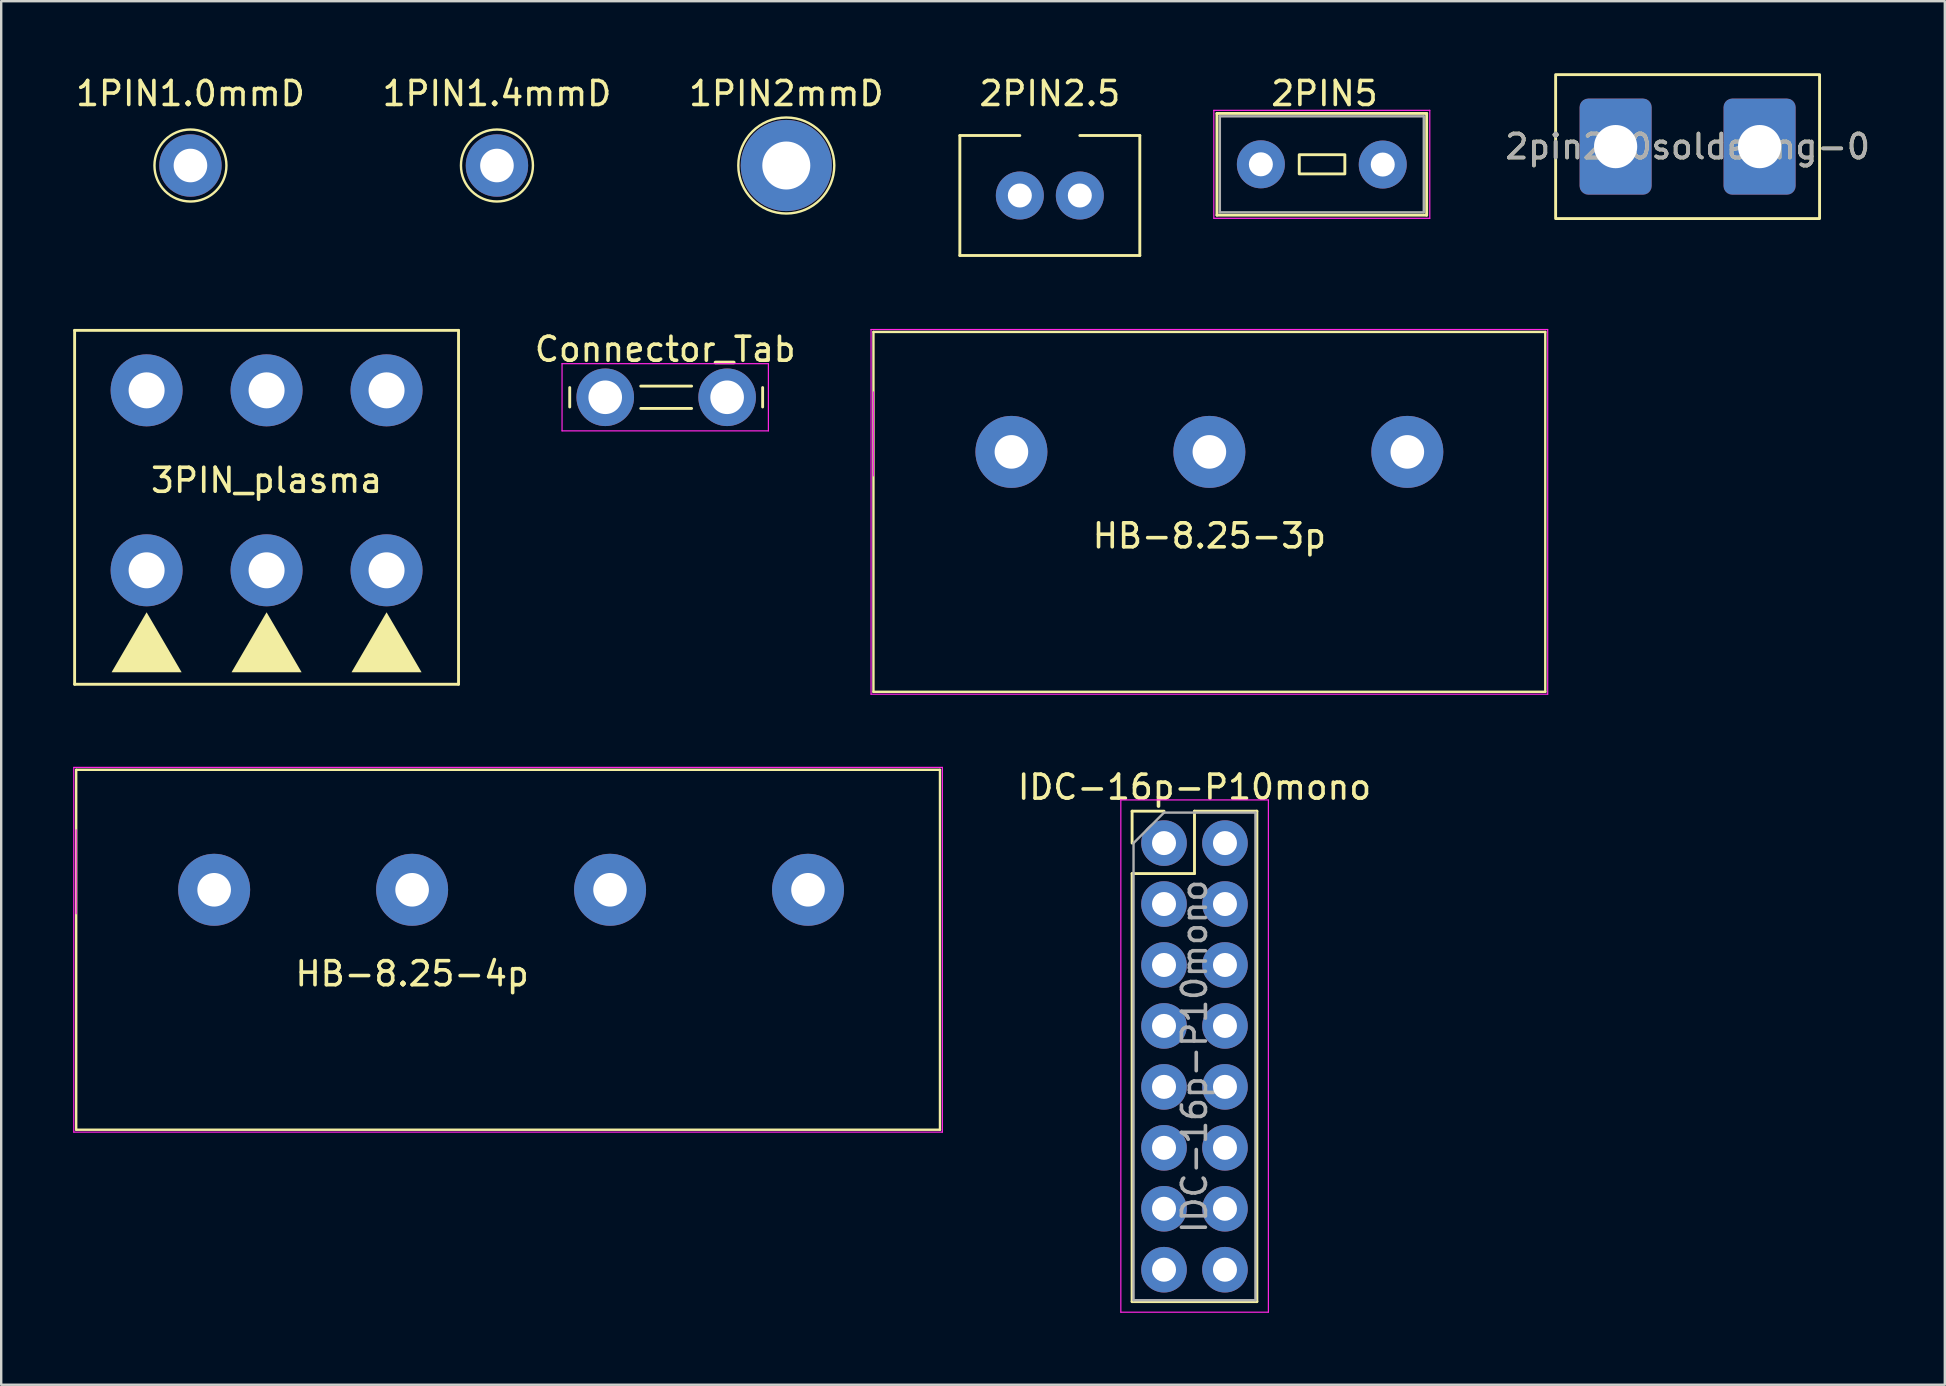
<source format=kicad_pcb>
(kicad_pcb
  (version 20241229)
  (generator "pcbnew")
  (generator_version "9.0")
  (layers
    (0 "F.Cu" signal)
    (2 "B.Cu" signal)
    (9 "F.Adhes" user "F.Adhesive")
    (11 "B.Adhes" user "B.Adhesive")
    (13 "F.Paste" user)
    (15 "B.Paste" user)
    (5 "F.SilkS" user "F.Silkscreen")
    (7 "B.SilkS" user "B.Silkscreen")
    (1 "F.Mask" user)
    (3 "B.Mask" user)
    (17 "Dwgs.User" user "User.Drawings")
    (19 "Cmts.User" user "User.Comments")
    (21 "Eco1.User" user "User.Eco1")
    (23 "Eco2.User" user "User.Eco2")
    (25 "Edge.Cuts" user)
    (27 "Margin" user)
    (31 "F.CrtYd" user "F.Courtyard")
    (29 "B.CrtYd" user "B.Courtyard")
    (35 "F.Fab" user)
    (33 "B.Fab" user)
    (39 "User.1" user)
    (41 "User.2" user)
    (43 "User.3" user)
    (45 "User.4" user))
  (footprint "1PIN2mmD"
    (layer "F.Cu")
    (at 29.72 3.848)
    (property "Reference" "1PIN2mmD" (at 0 -3 0) (layer "F.SilkS") (effects (font (size 1 1) (thickness 0.15))))
    (fp_circle (center 0 0) (end 2 0) (stroke (width 0.1) (type solid)) (fill no) (layer "F.SilkS"))
    (pad "1" thru_hole circle (at 0 0) (size 3.8 3.8) (drill 2) (layers "*.Cu" "*.Mask")))
  (footprint "1PIN1.0mmD"
    (layer "F.Cu")
    (at 4.887 3.848)
    (property "Reference" "1PIN1.0mmD" (at 0 -3 0) (layer "F.SilkS") (effects (font (size 1 1) (thickness 0.15))))
    (fp_circle (center 0 0) (end 1.5 0) (stroke (width 0.1) (type solid)) (fill no) (layer "F.SilkS"))
    (pad "1" thru_hole circle (at 0 0) (size 2.6 2.6) (drill 1.4) (layers "*.Cu" "*.Mask")))
  (footprint "IDC-16p-P10mono"
    (layer "F.Cu")
    (at 45.462 32.087)
    (property "Reference" "IDC-16p-P10mono" (at 1.27 -2.33 0) (layer "F.SilkS") (effects (font (size 1 1) (thickness 0.15))))
    (attr through_hole)
    (fp_line (start -1.33 -1.33) (end 0 -1.33) (stroke (width 0.12) (type solid)) (layer "F.SilkS"))
    (fp_line (start -1.33 0) (end -1.33 -1.33) (stroke (width 0.12) (type solid)) (layer "F.SilkS"))
    (fp_line (start -1.33 1.27) (end -1.33 19.11) (stroke (width 0.12) (type solid)) (layer "F.SilkS"))
    (fp_line (start -1.33 1.27) (end 1.27 1.27) (stroke (width 0.12) (type solid)) (layer "F.SilkS"))
    (fp_line (start -1.33 19.11) (end 3.87 19.11) (stroke (width 0.12) (type solid)) (layer "F.SilkS"))
    (fp_line (start 1.27 -1.33) (end 3.87 -1.33) (stroke (width 0.12) (type solid)) (layer "F.SilkS"))
    (fp_line (start 1.27 1.27) (end 1.27 -1.33) (stroke (width 0.12) (type solid)) (layer "F.SilkS"))
    (fp_line (start 3.87 -1.33) (end 3.87 19.11) (stroke (width 0.12) (type solid)) (layer "F.SilkS"))
    (fp_line (start -1.8 -1.8) (end -1.8 19.55) (stroke (width 0.05) (type solid)) (layer "F.CrtYd"))
    (fp_line (start -1.8 19.55) (end 4.35 19.55) (stroke (width 0.05) (type solid)) (layer "F.CrtYd"))
    (fp_line (start 4.35 -1.8) (end -1.8 -1.8) (stroke (width 0.05) (type solid)) (layer "F.CrtYd"))
    (fp_line (start 4.35 19.55) (end 4.35 -1.8) (stroke (width 0.05) (type solid)) (layer "F.CrtYd"))
    (fp_line (start -1.27 0) (end 0 -1.27) (stroke (width 0.1) (type solid)) (layer "F.Fab"))
    (fp_line (start -1.27 19.05) (end -1.27 0) (stroke (width 0.1) (type solid)) (layer "F.Fab"))
    (fp_line (start 0 -1.27) (end 3.81 -1.27) (stroke (width 0.1) (type solid)) (layer "F.Fab"))
    (fp_line (start 3.81 -1.27) (end 3.81 19.05) (stroke (width 0.1) (type solid)) (layer "F.Fab"))
    (fp_line (start 3.81 19.05) (end -1.27 19.05) (stroke (width 0.1) (type solid)) (layer "F.Fab"))
    (fp_text user "${REFERENCE}" (at 1.27 8.89 90) (layer "F.Fab") (effects (font (size 1 1) (thickness 0.15))))
    (pad "1" thru_hole circle (at 0 0) (size 1.9 1.9) (drill 1) (layers "*.Cu" "*.Mask"))
    (pad "2" thru_hole circle (at 2.54 0) (size 1.9 1.9) (drill 1) (layers "*.Cu" "*.Mask"))
    (pad "3" thru_hole circle (at 0 2.54) (size 1.9 1.9) (drill 1) (layers "*.Cu" "*.Mask"))
    (pad "4" thru_hole circle (at 2.54 2.54) (size 1.9 1.9) (drill 1) (layers "*.Cu" "*.Mask"))
    (pad "5" thru_hole circle (at 0 5.08) (size 1.9 1.9) (drill 1) (layers "*.Cu" "*.Mask"))
    (pad "6" thru_hole circle (at 2.54 5.08) (size 1.9 1.9) (drill 1) (layers "*.Cu" "*.Mask"))
    (pad "7" thru_hole circle (at 0 7.62) (size 1.9 1.9) (drill 1) (layers "*.Cu" "*.Mask"))
    (pad "8" thru_hole circle (at 2.54 7.62) (size 1.9 1.9) (drill 1) (layers "*.Cu" "*.Mask"))
    (pad "9" thru_hole circle (at 0 10.16) (size 1.9 1.9) (drill 1) (layers "*.Cu" "*.Mask"))
    (pad "10" thru_hole circle (at 2.54 10.16) (size 1.9 1.9) (drill 1) (layers "*.Cu" "*.Mask"))
    (pad "11" thru_hole circle (at 0 12.7) (size 1.9 1.9) (drill 1) (layers "*.Cu" "*.Mask"))
    (pad "12" thru_hole circle (at 2.54 12.7) (size 1.9 1.9) (drill 1) (layers "*.Cu" "*.Mask"))
    (pad "13" thru_hole circle (at 0 15.24) (size 1.9 1.9) (drill 1) (layers "*.Cu" "*.Mask"))
    (pad "14" thru_hole circle (at 2.54 15.24) (size 1.9 1.9) (drill 1) (layers "*.Cu" "*.Mask"))
    (pad "15" thru_hole circle (at 0 17.78) (size 1.9 1.9) (drill 1) (layers "*.Cu" "*.Mask"))
    (pad "16" thru_hole circle (at 2.54 17.78) (size 1.9 1.9) (drill 1) (layers "*.Cu" "*.Mask")))
  (footprint "Connector_Tab"
    (layer "F.Cu")
    (at 22.174 13.507)
    (property "Reference" "Connector_Tab" (at 2.5 -2 0) (layer "F.SilkS") (effects (font (size 1 1) (thickness 0.15))))
    (attr through_hole)
    (fp_line (start -1.48 -0.405) (end -1.48 0.405) (stroke (width 0.12) (type solid)) (layer "F.SilkS"))
    (fp_line (start 1.48 0.465) (end 3.6 0.465) (stroke (width 0.12) (type solid)) (layer "F.SilkS"))
    (fp_line (start 3.6 -0.465) (end 1.48 -0.465) (stroke (width 0.12) (type solid)) (layer "F.SilkS"))
    (fp_line (start 6.56 -0.405) (end 6.56 0.405) (stroke (width 0.12) (type solid)) (layer "F.SilkS"))
    (fp_line (start -1.8 -1.4) (end -1.8 1.4) (stroke (width 0.05) (type solid)) (layer "F.CrtYd"))
    (fp_line (start -1.8 -1.4) (end 6.8 -1.4) (stroke (width 0.05) (type solid)) (layer "F.CrtYd"))
    (fp_line (start -1.8 1.4) (end 6.8 1.4) (stroke (width 0.05) (type solid)) (layer "F.CrtYd"))
    (fp_line (start 6.8 -1.4) (end 6.8 1.4) (stroke (width 0.05) (type solid)) (layer "F.CrtYd"))
    (pad "1" thru_hole circle (at 0 0) (size 2.4 2.4) (drill 1.4) (layers "*.Cu"))
    (pad "1" thru_hole circle (at 5.08 0) (size 2.4 2.4) (drill 1.4) (layers "*.Cu")))
  (footprint "HB-8.25-4p"
    (layer "F.Cu")
    (at 14.125 34.033)
    (property "Reference" "HB-8.25-4p" (at 0 3.5 0) (layer "F.SilkS") (effects (font (size 1 1) (thickness 0.15))))
    (attr through_hole)
    (fp_line (start -14 -5) (end -14 10) (stroke (width 0.1) (type default)) (layer "F.SilkS"))
    (fp_line (start -14 10) (end 22 10) (stroke (width 0.1) (type default)) (layer "F.SilkS"))
    (fp_line (start 22 -5) (end -14 -5) (stroke (width 0.1) (type default)) (layer "F.SilkS"))
    (fp_line (start 22 10) (end 22 -5) (stroke (width 0.1) (type default)) (layer "F.SilkS"))
    (fp_line (start -14.1 -5.1) (end -14.1 10.1) (stroke (width 0.05) (type default)) (layer "F.CrtYd"))
    (fp_line (start -14.1 -5.1) (end 22.1 -5.1) (stroke (width 0.05) (type default)) (layer "F.CrtYd"))
    (fp_line (start -14 1) (end -14 -2.5) (stroke (width 0.05) (type default)) (layer "F.CrtYd"))
    (fp_line (start 22.1 -5.1) (end 22.1 10.1) (stroke (width 0.05) (type default)) (layer "F.CrtYd"))
    (fp_line (start 22.1 10.1) (end -14.1 10.1) (stroke (width 0.05) (type default)) (layer "F.CrtYd"))
    (pad "1" thru_hole circle (at -8.25 0) (size 3 3) (drill 1.4) (layers "*.Cu" "*.Mask"))
    (pad "2" thru_hole circle (at 0 0) (size 3 3) (drill 1.4) (layers "*.Cu" "*.Mask"))
    (pad "3" thru_hole circle (at 8.25 0) (size 3 3) (drill 1.4) (layers "*.Cu" "*.Mask"))
    (pad "4" thru_hole circle (at 16.5 0) (size 3 3) (drill 1.4) (layers "*.Cu" "*.Mask")))
  (footprint "HB-8.25-3p"
    (layer "F.Cu")
    (at 47.352 15.783)
    (property "Reference" "HB-8.25-3p" (at 0 3.5 0) (layer "F.SilkS") (effects (font (size 1 1) (thickness 0.15))))
    (attr through_hole)
    (fp_line (start -14 -5) (end -14 10) (stroke (width 0.1) (type default)) (layer "F.SilkS"))
    (fp_line (start -14 10) (end 14 10) (stroke (width 0.1) (type default)) (layer "F.SilkS"))
    (fp_line (start 14 -5) (end -14 -5) (stroke (width 0.1) (type default)) (layer "F.SilkS"))
    (fp_line (start 14 10) (end 14 -5) (stroke (width 0.1) (type default)) (layer "F.SilkS"))
    (fp_line (start -14.1 -5.1) (end -14.1 10.1) (stroke (width 0.05) (type default)) (layer "F.CrtYd"))
    (fp_line (start -14.1 -5.1) (end 14.1 -5.1) (stroke (width 0.05) (type default)) (layer "F.CrtYd"))
    (fp_line (start -14 1) (end -14 -2.5) (stroke (width 0.05) (type default)) (layer "F.CrtYd"))
    (fp_line (start 14.1 -5.1) (end 14.1 10.1) (stroke (width 0.05) (type default)) (layer "F.CrtYd"))
    (fp_line (start 14.1 10.1) (end -14.1 10.1) (stroke (width 0.05) (type default)) (layer "F.CrtYd"))
    (pad "1" thru_hole circle (at -8.25 0) (size 3 3) (drill 1.4) (layers "*.Cu" "*.Mask"))
    (pad "2" thru_hole circle (at 0 0) (size 3 3) (drill 1.4) (layers "*.Cu" "*.Mask"))
    (pad "3" thru_hole circle (at 8.25 0) (size 3 3) (drill 1.4) (layers "*.Cu" "*.Mask")))
  (footprint "2PIN5"
    (layer "F.Cu")
    (at 49.498 3.798)
    (property "Reference" "2PIN5" (at 2.65 -2.95 0) (layer "F.SilkS") (effects (font (size 1 1) (thickness 0.15))))
    (fp_line (start -1.83 -2.12) (end -1.83 2.12) (stroke (width 0.12) (type solid)) (layer "F.SilkS"))
    (fp_line (start -1.83 -2.12) (end 6.91 -2.12) (stroke (width 0.12) (type solid)) (layer "F.SilkS"))
    (fp_line (start 6.91 2.12) (end -1.83 2.12) (stroke (width 0.12) (type solid)) (layer "F.SilkS"))
    (fp_line (start 6.91 2.12) (end 6.91 -2.12) (stroke (width 0.12) (type solid)) (layer "F.SilkS"))
    (fp_rect (start 1.6 -0.4) (end 3.5 0.4) (stroke (width 0.12) (type solid)) (fill no) (layer "F.SilkS"))
    (fp_line (start -1.96 -2.25) (end -1.96 2.25) (stroke (width 0.05) (type solid)) (layer "F.CrtYd"))
    (fp_line (start -1.96 -2.25) (end 7.04 -2.25) (stroke (width 0.05) (type solid)) (layer "F.CrtYd"))
    (fp_line (start 7.04 2.25) (end -1.96 2.25) (stroke (width 0.05) (type solid)) (layer "F.CrtYd"))
    (fp_line (start 7.04 2.25) (end 7.04 -2.25) (stroke (width 0.05) (type solid)) (layer "F.CrtYd"))
    (fp_line (start -1.71 -2) (end -1.71 2) (stroke (width 0.1) (type solid)) (layer "F.Fab"))
    (fp_line (start -1.71 2) (end 6.79 2) (stroke (width 0.1) (type solid)) (layer "F.Fab"))
    (fp_line (start 6.79 -2) (end -1.71 -2) (stroke (width 0.1) (type solid)) (layer "F.Fab"))
    (fp_line (start 6.79 2) (end 6.79 -2) (stroke (width 0.1) (type solid)) (layer "F.Fab"))
    (pad "1" thru_hole circle (at 0 0) (size 2 2) (drill 1) (layers "*.Cu" "*.Mask"))
    (pad "2" thru_hole circle (at 5.08 0.01) (size 2 2) (drill 1) (layers "*.Cu" "*.Mask")))
  (footprint "2PIN2.5"
    (layer "F.Cu")
    (at 40.703 5.098)
    (property "Reference" "2PIN2.5" (at 0 -4.25 0) (layer "F.SilkS") (effects (font (size 1 1) (thickness 0.15))))
    (fp_line (start -3.75 -2.5) (end -3.75 2.5) (stroke (width 0.12) (type solid)) (layer "F.SilkS"))
    (fp_line (start -3.75 -2.5) (end -1.25 -2.5) (stroke (width 0.12) (type solid)) (layer "F.SilkS"))
    (fp_line (start 1.25 -2.5) (end 3.75 -2.5) (stroke (width 0.12) (type solid)) (layer "F.SilkS"))
    (fp_line (start 3.75 2.5) (end -3.75 2.5) (stroke (width 0.12) (type solid)) (layer "F.SilkS"))
    (fp_line (start 3.75 2.5) (end 3.75 -2.5) (stroke (width 0.12) (type solid)) (layer "F.SilkS"))
    (pad "1" thru_hole circle (at -1.25 0) (size 2 2) (drill 1) (layers "*.Cu" "*.Mask"))
    (pad "2" thru_hole circle (at 1.25 0) (size 2 2) (drill 1) (layers "*.Cu" "*.Mask")))
  (footprint "3PIN_plasma"
    (layer "F.Cu")
    (at 8.06 16.968)
    (property "Reference" "3PIN_plasma" (at 0 0 0) (layer "F.SilkS") (effects (font (size 1 1) (thickness 0.15))))
    (fp_line (start -8 -6.25) (end -8 8.5) (stroke (width 0.12) (type solid)) (layer "F.SilkS"))
    (fp_line (start -8 -6.25) (end 8 -6.25) (stroke (width 0.12) (type solid)) (layer "F.SilkS"))
    (fp_line (start 8 -6.25) (end 8 8.5) (stroke (width 0.12) (type solid)) (layer "F.SilkS"))
    (fp_line (start 8 8.5) (end -8 8.5) (stroke (width 0.12) (type solid)) (layer "F.SilkS"))
    (fp_poly (pts (xy -3.54 8) (xy -6.46 8) (xy -5 5.5)) (stroke (width 0) (type solid)) (fill yes) (layer "F.SilkS"))
    (fp_poly (pts (xy 1.46 8) (xy -1.46 8) (xy 0 5.5)) (stroke (width 0) (type solid)) (fill yes) (layer "F.SilkS"))
    (fp_poly (pts (xy 6.46 8) (xy 3.54 8) (xy 5 5.5)) (stroke (width 0) (type solid)) (fill yes) (layer "F.SilkS"))
    (pad "" thru_hole circle (at 0 -3.75) (size 3 3) (drill 1.5) (layers "*.Cu" "*.Mask"))
    (pad "" thru_hole circle (at 0 3.75) (size 3 3) (drill 1.5) (layers "*.Cu" "*.Mask"))
    (pad "1" thru_hole circle (at -5 -3.75) (size 3 3) (drill 1.5) (layers "*.Cu" "*.Mask"))
    (pad "1" thru_hole circle (at -5 3.75) (size 3 3) (drill 1.5) (layers "*.Cu" "*.Mask"))
    (pad "2" thru_hole circle (at 5 -3.75) (size 3 3) (drill 1.5) (layers "*.Cu" "*.Mask"))
    (pad "2" thru_hole circle (at 5 3.75) (size 3 3) (drill 1.5) (layers "*.Cu" "*.Mask")))
  (footprint "2pin220soldering-0"
    (layer "F.Cu")
    (at 67.283 3.06)
    (property "Reference" "2pin220soldering-0" (at 0 0 0) (layer "F.SilkS") (effects (font (size 1 1) (thickness 0.15))))
    (attr through_hole)
    (fp_rect (start -5.5 -3) (end 5.5 3) (stroke (width 0.12) (type solid)) (fill no) (layer "F.SilkS"))
    (fp_text user "${REFERENCE}" (at 0 0 0) (layer "F.Fab") (effects (font (size 1 1) (thickness 0.15))))
    (pad "1" thru_hole roundrect (at -3 0) (size 3 4) (drill 1.8) (layers "*.Cu" "*.Mask") (roundrect_rratio 0.119))
    (pad "2" thru_hole roundrect (at 3 0) (size 3 4) (drill 1.8) (layers "*.Cu" "*.Mask") (roundrect_rratio 0.119)))
  (footprint "1PIN1.4mmD"
    (layer "F.Cu")
    (at 17.661 3.848)
    (property "Reference" "1PIN1.4mmD" (at 0 -3 0) (layer "F.SilkS") (effects (font (size 1 1) (thickness 0.15))))
    (fp_circle (center 0 0) (end 1.5 0) (stroke (width 0.1) (type solid)) (fill no) (layer "F.SilkS"))
    (pad "1" thru_hole circle (at 0 0) (size 2.6 2.6) (drill 1.4) (layers "*.Cu" "*.Mask")))
  (gr_rect
    (start -3 -3)
    (end 78.003 54.661)
    (stroke (width 0.1) (type default))
    (fill no)
    (layer "Edge.Cuts")))
</source>
